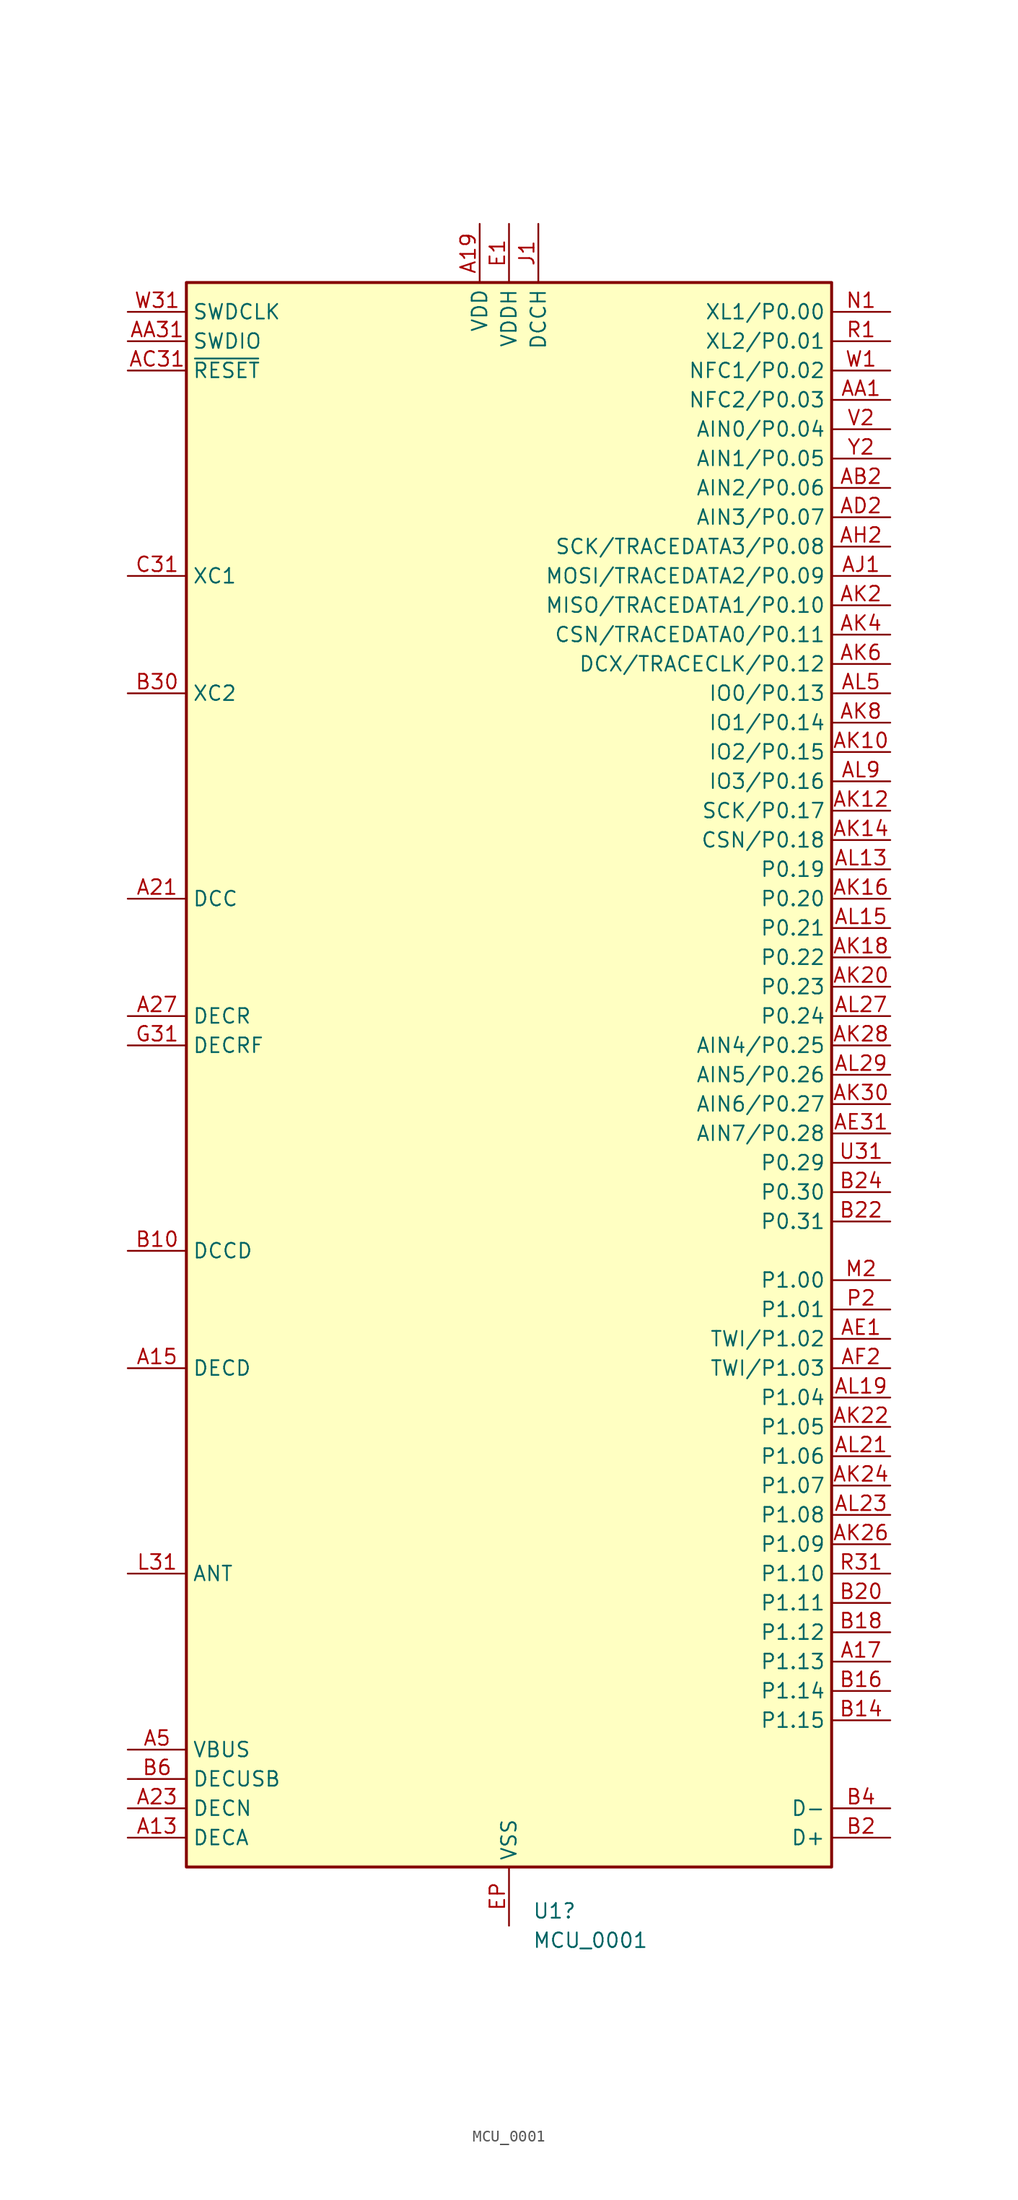
<source format=kicad_sym>
(kicad_symbol_lib
  (version 20231120)
  (generator "kicad_symbol_editor")
  (generator_version "8.0")
  (symbol "MCU_0001"
    (property "Reference" "U1"
      (at 2.019 -72.39 0)
      (effects (font (size 1.27 1.27)) (justify left)))
    (property "Value" "MCU_0001"
      (at 2.019 -74.93 0)
      (effects (font (size 1.27 1.27)) (justify left)))
    (symbol "MCU_0001_0_1"
      (rectangle (start -27.94 68.58) (end 27.94 -68.58) (stroke (width 0.254) (type default)) (fill (type background))))
    (symbol "MCU_0001_1_1"
      (pin passive line (at -33.02 -66.04 0) (length 5.08) (name "DECA" (effects (font (size 1.27 1.27)))) (number "A13" (effects (font (size 1.27 1.27)))))
      (pin passive line (at -33.02 -25.4 0) (length 5.08) (name "DECD" (effects (font (size 1.27 1.27)))) (number "A15" (effects (font (size 1.27 1.27)))))
      (pin bidirectional line (at 33.02 -50.8 180) (length 5.08) (name "P1.13" (effects (font (size 1.27 1.27)))) (number "A17" (effects (font (size 1.27 1.27)))))
      (pin power_in line (at -2.54 73.66 270) (length 5.08) (name "VDD" (effects (font (size 1.27 1.27)))) (number "A19" (effects (font (size 1.27 1.27)))))
      (pin power_out line (at -33.02 15.24 0) (length 5.08) (name "DCC" (effects (font (size 1.27 1.27)))) (number "A21" (effects (font (size 1.27 1.27)))))
      (pin passive line (at -33.02 -63.5 0) (length 5.08) (name "DECN" (effects (font (size 1.27 1.27)))) (number "A23" (effects (font (size 1.27 1.27)))))
      (pin no_connect line (at -27.94 58.42 0) (length 5.08) hide (name "NC" (effects (font (size 1.27 1.27)))) (number "A25" (effects (font (size 1.27 1.27)))))
      (pin passive line (at -33.02 5.08 0) (length 5.08) (name "DECR" (effects (font (size 1.27 1.27)))) (number "A27" (effects (font (size 1.27 1.27)))))
      (pin power_in line (at -33.02 -58.42 0) (length 5.08) (name "VBUS" (effects (font (size 1.27 1.27)))) (number "A5" (effects (font (size 1.27 1.27)))))
      (pin bidirectional line (at 33.02 58.42 180) (length 5.08) (name "NFC2/P0.03" (effects (font (size 1.27 1.27)))) (number "AA1" (effects (font (size 1.27 1.27)))))
      (pin bidirectional line (at -33.02 63.5 0) (length 5.08) (name "SWDIO" (effects (font (size 1.27 1.27)))) (number "AA31" (effects (font (size 1.27 1.27)))))
      (pin bidirectional line (at 33.02 50.8 180) (length 5.08) (name "AIN2/P0.06" (effects (font (size 1.27 1.27)))) (number "AB2" (effects (font (size 1.27 1.27)))))
      (pin passive line (at -2.54 73.66 270) (length 5.08) hide (name "VDD" (effects (font (size 1.27 1.27)))) (number "AC1" (effects (font (size 1.27 1.27)))))
      (pin input line (at -33.02 60.96 0) (length 5.08) (name "~{RESET}" (effects (font (size 1.27 1.27)))) (number "AC31" (effects (font (size 1.27 1.27)))))
      (pin bidirectional line (at 33.02 48.26 180) (length 5.08) (name "AIN3/P0.07" (effects (font (size 1.27 1.27)))) (number "AD2" (effects (font (size 1.27 1.27)))))
      (pin bidirectional line (at 33.02 -22.86 180) (length 5.08) (name "TWI/P1.02" (effects (font (size 1.27 1.27)))) (number "AE1" (effects (font (size 1.27 1.27)))))
      (pin bidirectional line (at 33.02 -5.08 180) (length 5.08) (name "AIN7/P0.28" (effects (font (size 1.27 1.27)))) (number "AE31" (effects (font (size 1.27 1.27)))))
      (pin bidirectional line (at 33.02 -25.4 180) (length 5.08) (name "TWI/P1.03" (effects (font (size 1.27 1.27)))) (number "AF2" (effects (font (size 1.27 1.27)))))
      (pin passive line (at -2.54 73.66 270) (length 5.08) hide (name "VDD" (effects (font (size 1.27 1.27)))) (number "AG1" (effects (font (size 1.27 1.27)))))
      (pin no_connect line (at -27.94 27.94 0) (length 5.08) hide (name "NC" (effects (font (size 1.27 1.27)))) (number "AG31" (effects (font (size 1.27 1.27)))))
      (pin bidirectional line (at 33.02 45.72 180) (length 5.08) (name "SCK/TRACEDATA3/P0.08" (effects (font (size 1.27 1.27)))) (number "AH2" (effects (font (size 1.27 1.27)))))
      (pin bidirectional line (at 33.02 43.18 180) (length 5.08) (name "MOSI/TRACEDATA2/P0.09" (effects (font (size 1.27 1.27)))) (number "AJ1" (effects (font (size 1.27 1.27)))))
      (pin passive line (at -2.54 73.66 270) (length 5.08) hide (name "VDD" (effects (font (size 1.27 1.27)))) (number "AJ31" (effects (font (size 1.27 1.27)))))
      (pin bidirectional line (at 33.02 27.94 180) (length 5.08) (name "IO2/P0.15" (effects (font (size 1.27 1.27)))) (number "AK10" (effects (font (size 1.27 1.27)))))
      (pin bidirectional line (at 33.02 22.86 180) (length 5.08) (name "SCK/P0.17" (effects (font (size 1.27 1.27)))) (number "AK12" (effects (font (size 1.27 1.27)))))
      (pin bidirectional line (at 33.02 20.32 180) (length 5.08) (name "CSN/P0.18" (effects (font (size 1.27 1.27)))) (number "AK14" (effects (font (size 1.27 1.27)))))
      (pin bidirectional line (at 33.02 15.24 180) (length 5.08) (name "P0.20" (effects (font (size 1.27 1.27)))) (number "AK16" (effects (font (size 1.27 1.27)))))
      (pin bidirectional line (at 33.02 10.16 180) (length 5.08) (name "P0.22" (effects (font (size 1.27 1.27)))) (number "AK18" (effects (font (size 1.27 1.27)))))
      (pin bidirectional line (at 33.02 40.64 180) (length 5.08) (name "MISO/TRACEDATA1/P0.10" (effects (font (size 1.27 1.27)))) (number "AK2" (effects (font (size 1.27 1.27)))))
      (pin bidirectional line (at 33.02 7.62 180) (length 5.08) (name "P0.23" (effects (font (size 1.27 1.27)))) (number "AK20" (effects (font (size 1.27 1.27)))))
      (pin bidirectional line (at 33.02 -30.48 180) (length 5.08) (name "P1.05" (effects (font (size 1.27 1.27)))) (number "AK22" (effects (font (size 1.27 1.27)))))
      (pin bidirectional line (at 33.02 -35.56 180) (length 5.08) (name "P1.07" (effects (font (size 1.27 1.27)))) (number "AK24" (effects (font (size 1.27 1.27)))))
      (pin bidirectional line (at 33.02 -40.64 180) (length 5.08) (name "P1.09" (effects (font (size 1.27 1.27)))) (number "AK26" (effects (font (size 1.27 1.27)))))
      (pin bidirectional line (at 33.02 2.54 180) (length 5.08) (name "AIN4/P0.25" (effects (font (size 1.27 1.27)))) (number "AK28" (effects (font (size 1.27 1.27)))))
      (pin bidirectional line (at 33.02 -2.54 180) (length 5.08) (name "AIN6/P0.27" (effects (font (size 1.27 1.27)))) (number "AK30" (effects (font (size 1.27 1.27)))))
      (pin bidirectional line (at 33.02 38.1 180) (length 5.08) (name "CSN/TRACEDATA0/P0.11" (effects (font (size 1.27 1.27)))) (number "AK4" (effects (font (size 1.27 1.27)))))
      (pin bidirectional line (at 33.02 35.56 180) (length 5.08) (name "DCX/TRACECLK/P0.12" (effects (font (size 1.27 1.27)))) (number "AK6" (effects (font (size 1.27 1.27)))))
      (pin bidirectional line (at 33.02 30.48 180) (length 5.08) (name "IO1/P0.14" (effects (font (size 1.27 1.27)))) (number "AK8" (effects (font (size 1.27 1.27)))))
      (pin passive line (at -2.54 73.66 270) (length 5.08) hide (name "VDD" (effects (font (size 1.27 1.27)))) (number "AL11" (effects (font (size 1.27 1.27)))))
      (pin bidirectional line (at 33.02 17.78 180) (length 5.08) (name "P0.19" (effects (font (size 1.27 1.27)))) (number "AL13" (effects (font (size 1.27 1.27)))))
      (pin bidirectional line (at 33.02 12.7 180) (length 5.08) (name "P0.21" (effects (font (size 1.27 1.27)))) (number "AL15" (effects (font (size 1.27 1.27)))))
      (pin passive line (at -2.54 73.66 270) (length 5.08) hide (name "VDD" (effects (font (size 1.27 1.27)))) (number "AL17" (effects (font (size 1.27 1.27)))))
      (pin bidirectional line (at 33.02 -27.94 180) (length 5.08) (name "P1.04" (effects (font (size 1.27 1.27)))) (number "AL19" (effects (font (size 1.27 1.27)))))
      (pin bidirectional line (at 33.02 -33.02 180) (length 5.08) (name "P1.06" (effects (font (size 1.27 1.27)))) (number "AL21" (effects (font (size 1.27 1.27)))))
      (pin bidirectional line (at 33.02 -38.1 180) (length 5.08) (name "P1.08" (effects (font (size 1.27 1.27)))) (number "AL23" (effects (font (size 1.27 1.27)))))
      (pin passive line (at -2.54 73.66 270) (length 5.08) hide (name "VDD" (effects (font (size 1.27 1.27)))) (number "AL25" (effects (font (size 1.27 1.27)))))
      (pin bidirectional line (at 33.02 5.08 180) (length 5.08) (name "P0.24" (effects (font (size 1.27 1.27)))) (number "AL27" (effects (font (size 1.27 1.27)))))
      (pin bidirectional line (at 33.02 0 180) (length 5.08) (name "AIN5/P0.26" (effects (font (size 1.27 1.27)))) (number "AL29" (effects (font (size 1.27 1.27)))))
      (pin passive line (at -2.54 73.66 270) (length 5.08) hide (name "VDD" (effects (font (size 1.27 1.27)))) (number "AL3" (effects (font (size 1.27 1.27)))))
      (pin bidirectional line (at 33.02 33.02 180) (length 5.08) (name "IO0/P0.13" (effects (font (size 1.27 1.27)))) (number "AL5" (effects (font (size 1.27 1.27)))))
      (pin passive line (at -2.54 73.66 270) (length 5.08) hide (name "VDD" (effects (font (size 1.27 1.27)))) (number "AL7" (effects (font (size 1.27 1.27)))))
      (pin bidirectional line (at 33.02 25.4 180) (length 5.08) (name "IO3/P0.16" (effects (font (size 1.27 1.27)))) (number "AL9" (effects (font (size 1.27 1.27)))))
      (pin power_out line (at -33.02 -15.24 0) (length 5.08) (name "DCCD" (effects (font (size 1.27 1.27)))) (number "B10" (effects (font (size 1.27 1.27)))))
      (pin no_connect line (at -27.94 55.88 0) (length 5.08) hide (name "NC" (effects (font (size 1.27 1.27)))) (number "B12" (effects (font (size 1.27 1.27)))))
      (pin bidirectional line (at 33.02 -55.88 180) (length 5.08) (name "P1.15" (effects (font (size 1.27 1.27)))) (number "B14" (effects (font (size 1.27 1.27)))))
      (pin bidirectional line (at 33.02 -53.34 180) (length 5.08) (name "P1.14" (effects (font (size 1.27 1.27)))) (number "B16" (effects (font (size 1.27 1.27)))))
      (pin bidirectional line (at 33.02 -48.26 180) (length 5.08) (name "P1.12" (effects (font (size 1.27 1.27)))) (number "B18" (effects (font (size 1.27 1.27)))))
      (pin bidirectional line (at 33.02 -66.04 180) (length 5.08) (name "D+" (effects (font (size 1.27 1.27)))) (number "B2" (effects (font (size 1.27 1.27)))))
      (pin bidirectional line (at 33.02 -45.72 180) (length 5.08) (name "P1.11" (effects (font (size 1.27 1.27)))) (number "B20" (effects (font (size 1.27 1.27)))))
      (pin bidirectional line (at 33.02 -12.7 180) (length 5.08) (name "P0.31" (effects (font (size 1.27 1.27)))) (number "B22" (effects (font (size 1.27 1.27)))))
      (pin bidirectional line (at 33.02 -10.16 180) (length 5.08) (name "P0.30" (effects (font (size 1.27 1.27)))) (number "B24" (effects (font (size 1.27 1.27)))))
      (pin no_connect line (at -27.94 53.34 0) (length 5.08) hide (name "NC" (effects (font (size 1.27 1.27)))) (number "B26" (effects (font (size 1.27 1.27)))))
      (pin passive line (at -2.54 73.66 270) (length 5.08) hide (name "VDD" (effects (font (size 1.27 1.27)))) (number "B28" (effects (font (size 1.27 1.27)))))
      (pin input line (at -33.02 33.02 0) (length 5.08) (name "XC2" (effects (font (size 1.27 1.27)))) (number "B30" (effects (font (size 1.27 1.27)))))
      (pin bidirectional line (at 33.02 -63.5 180) (length 5.08) (name "D-" (effects (font (size 1.27 1.27)))) (number "B4" (effects (font (size 1.27 1.27)))))
      (pin passive line (at -33.02 -60.96 0) (length 5.08) (name "DECUSB" (effects (font (size 1.27 1.27)))) (number "B6" (effects (font (size 1.27 1.27)))))
      (pin passive line (at -2.54 73.66 270) (length 5.08) hide (name "VDD" (effects (font (size 1.27 1.27)))) (number "B8" (effects (font (size 1.27 1.27)))))
      (pin passive line (at -2.54 73.66 270) (length 5.08) hide (name "VDD" (effects (font (size 1.27 1.27)))) (number "C1" (effects (font (size 1.27 1.27)))))
      (pin input line (at -33.02 43.18 0) (length 5.08) (name "XC1" (effects (font (size 1.27 1.27)))) (number "C31" (effects (font (size 1.27 1.27)))))
      (pin no_connect line (at -27.94 50.8 0) (length 5.08) hide (name "NC" (effects (font (size 1.27 1.27)))) (number "D2" (effects (font (size 1.27 1.27)))))
      (pin power_in line (at 0 73.66 270) (length 5.08) (name "VDDH" (effects (font (size 1.27 1.27)))) (number "E1" (effects (font (size 1.27 1.27)))))
      (pin passive line (at -2.54 73.66 270) (length 5.08) hide (name "VDD" (effects (font (size 1.27 1.27)))) (number "E31" (effects (font (size 1.27 1.27)))))
      (pin power_in line (at 0 -73.66 90) (length 5.08) (name "VSS" (effects (font (size 1.27 1.27)))) (number "EP" (effects (font (size 1.27 1.27)))))
      (pin no_connect line (at -27.94 48.26 0) (length 5.08) hide (name "NC" (effects (font (size 1.27 1.27)))) (number "F2" (effects (font (size 1.27 1.27)))))
      (pin no_connect line (at -27.94 45.72 0) (length 5.08) hide (name "NC" (effects (font (size 1.27 1.27)))) (number "G1" (effects (font (size 1.27 1.27)))))
      (pin passive line (at -33.02 2.54 0) (length 5.08) (name "DECRF" (effects (font (size 1.27 1.27)))) (number "G31" (effects (font (size 1.27 1.27)))))
      (pin no_connect line (at -27.94 40.64 0) (length 5.08) hide (name "NC" (effects (font (size 1.27 1.27)))) (number "H2" (effects (font (size 1.27 1.27)))))
      (pin passive line (at 2.54 73.66 270) (length 5.08) (name "DCCH" (effects (font (size 1.27 1.27)))) (number "J1" (effects (font (size 1.27 1.27)))))
      (pin no_connect line (at -27.94 38.1 0) (length 5.08) hide (name "NC" (effects (font (size 1.27 1.27)))) (number "J31" (effects (font (size 1.27 1.27)))))
      (pin no_connect line (at -27.94 35.56 0) (length 5.08) hide (name "NC" (effects (font (size 1.27 1.27)))) (number "K2" (effects (font (size 1.27 1.27)))))
      (pin passive line (at -2.54 73.66 270) (length 5.08) hide (name "VDD" (effects (font (size 1.27 1.27)))) (number "L1" (effects (font (size 1.27 1.27)))))
      (pin passive line (at -33.02 -43.18 0) (length 5.08) (name "ANT" (effects (font (size 1.27 1.27)))) (number "L31" (effects (font (size 1.27 1.27)))))
      (pin bidirectional line (at 33.02 -17.78 180) (length 5.08) (name "P1.00" (effects (font (size 1.27 1.27)))) (number "M2" (effects (font (size 1.27 1.27)))))
      (pin bidirectional line (at 33.02 66.04 180) (length 5.08) (name "XL1/P0.00" (effects (font (size 1.27 1.27)))) (number "N1" (effects (font (size 1.27 1.27)))))
      (pin passive line (at -2.54 73.66 270) (length 5.08) hide (name "VDD" (effects (font (size 1.27 1.27)))) (number "N31" (effects (font (size 1.27 1.27)))))
      (pin bidirectional line (at 33.02 -20.32 180) (length 5.08) (name "P1.01" (effects (font (size 1.27 1.27)))) (number "P2" (effects (font (size 1.27 1.27)))))
      (pin bidirectional line (at 33.02 63.5 180) (length 5.08) (name "XL2/P0.01" (effects (font (size 1.27 1.27)))) (number "R1" (effects (font (size 1.27 1.27)))))
      (pin bidirectional line (at 33.02 -43.18 180) (length 5.08) (name "P1.10" (effects (font (size 1.27 1.27)))) (number "R31" (effects (font (size 1.27 1.27)))))
      (pin no_connect line (at -27.94 30.48 0) (length 5.08) hide (name "NC" (effects (font (size 1.27 1.27)))) (number "T2" (effects (font (size 1.27 1.27)))))
      (pin passive line (at -2.54 73.66 270) (length 5.08) hide (name "VDD" (effects (font (size 1.27 1.27)))) (number "U1" (effects (font (size 1.27 1.27)))))
      (pin bidirectional line (at 33.02 -7.62 180) (length 5.08) (name "P0.29" (effects (font (size 1.27 1.27)))) (number "U31" (effects (font (size 1.27 1.27)))))
      (pin bidirectional line (at 33.02 55.88 180) (length 5.08) (name "AIN0/P0.04" (effects (font (size 1.27 1.27)))) (number "V2" (effects (font (size 1.27 1.27)))))
      (pin bidirectional line (at 33.02 60.96 180) (length 5.08) (name "NFC1/P0.02" (effects (font (size 1.27 1.27)))) (number "W1" (effects (font (size 1.27 1.27)))))
      (pin input line (at -33.02 66.04 0) (length 5.08) (name "SWDCLK" (effects (font (size 1.27 1.27)))) (number "W31" (effects (font (size 1.27 1.27)))))
      (pin bidirectional line (at 33.02 53.34 180) (length 5.08) (name "AIN1/P0.05" (effects (font (size 1.27 1.27)))) (number "Y2" (effects (font (size 1.27 1.27))))))))
</source>
